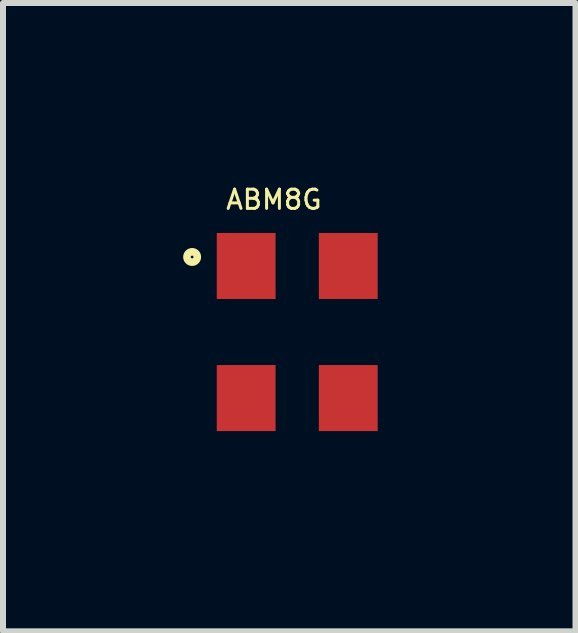
<source format=kicad_pcb>
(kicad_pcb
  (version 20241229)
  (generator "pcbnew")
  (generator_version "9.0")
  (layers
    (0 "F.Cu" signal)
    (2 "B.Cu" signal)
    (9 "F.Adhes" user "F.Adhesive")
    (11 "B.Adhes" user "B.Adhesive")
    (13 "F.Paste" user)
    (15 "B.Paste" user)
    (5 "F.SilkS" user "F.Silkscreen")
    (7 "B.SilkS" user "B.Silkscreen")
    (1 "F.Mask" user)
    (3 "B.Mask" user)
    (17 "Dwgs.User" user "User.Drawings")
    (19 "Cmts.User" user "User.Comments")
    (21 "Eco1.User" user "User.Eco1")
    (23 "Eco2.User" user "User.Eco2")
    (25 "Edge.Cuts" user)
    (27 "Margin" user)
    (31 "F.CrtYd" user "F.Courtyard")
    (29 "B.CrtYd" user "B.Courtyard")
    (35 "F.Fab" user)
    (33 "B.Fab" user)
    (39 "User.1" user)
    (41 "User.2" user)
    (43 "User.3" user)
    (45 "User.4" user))
  (footprint "ABM8G"
    (layer "F.Cu")
    (at 1.9 2.48)
    (property "Reference" "ABM8G" (at -0.388 -2.205 0) (layer "F.SilkS") (effects (font (size 0.32 0.32) (thickness 0.05))))
    (attr smd)
    (fp_circle (center -1.75 -1.25) (end -1.664 -1.25) (stroke (width 0.127) (type solid)) (fill no) (layer "F.SilkS"))
    (fp_line (start -1.61 -1.96) (end 1.61 -1.96) (stroke (width 0.05) (type solid)) (layer "Eco1.User"))
    (fp_line (start -1.61 1.96) (end -1.61 -1.96) (stroke (width 0.05) (type solid)) (layer "Eco1.User"))
    (fp_line (start 1.61 1.96) (end -1.61 1.96) (stroke (width 0.05) (type solid)) (layer "Eco1.User"))
    (fp_line (start 1.61 1.96) (end 1.61 -1.96) (stroke (width 0.05) (type solid)) (layer "Eco1.User"))
    (fp_line (start -1.25 -1.6) (end 1.25 -1.6) (stroke (width 0.127) (type solid)) (layer "Eco2.User"))
    (fp_line (start -1.25 1.6) (end -1.25 -1.6) (stroke (width 0.127) (type solid)) (layer "Eco2.User"))
    (fp_line (start 1.25 -1.6) (end 1.25 1.6) (stroke (width 0.127) (type solid)) (layer "Eco2.User"))
    (fp_line (start 1.25 1.6) (end -1.25 1.6) (stroke (width 0.127) (type solid)) (layer "Eco2.User"))
    (pad "1" smd rect (at -0.85 -1.1 270) (size 1.1 0.98) (layers "F.Cu" "F.Mask" "F.Paste"))
    (pad "2" smd rect (at -0.85 1.1 270) (size 1.1 0.98) (layers "F.Cu" "F.Mask" "F.Paste"))
    (pad "3" smd rect (at 0.85 1.1 270) (size 1.1 0.98) (layers "F.Cu" "F.Mask" "F.Paste"))
    (pad "4" smd rect (at 0.85 -1.1 270) (size 1.1 0.98) (layers "F.Cu" "F.Mask" "F.Paste")))
  (gr_rect
    (start -3 -3)
    (end 6.535 7.465)
    (stroke (width 0.1) (type default))
    (fill no)
    (layer "Edge.Cuts")))
</source>
